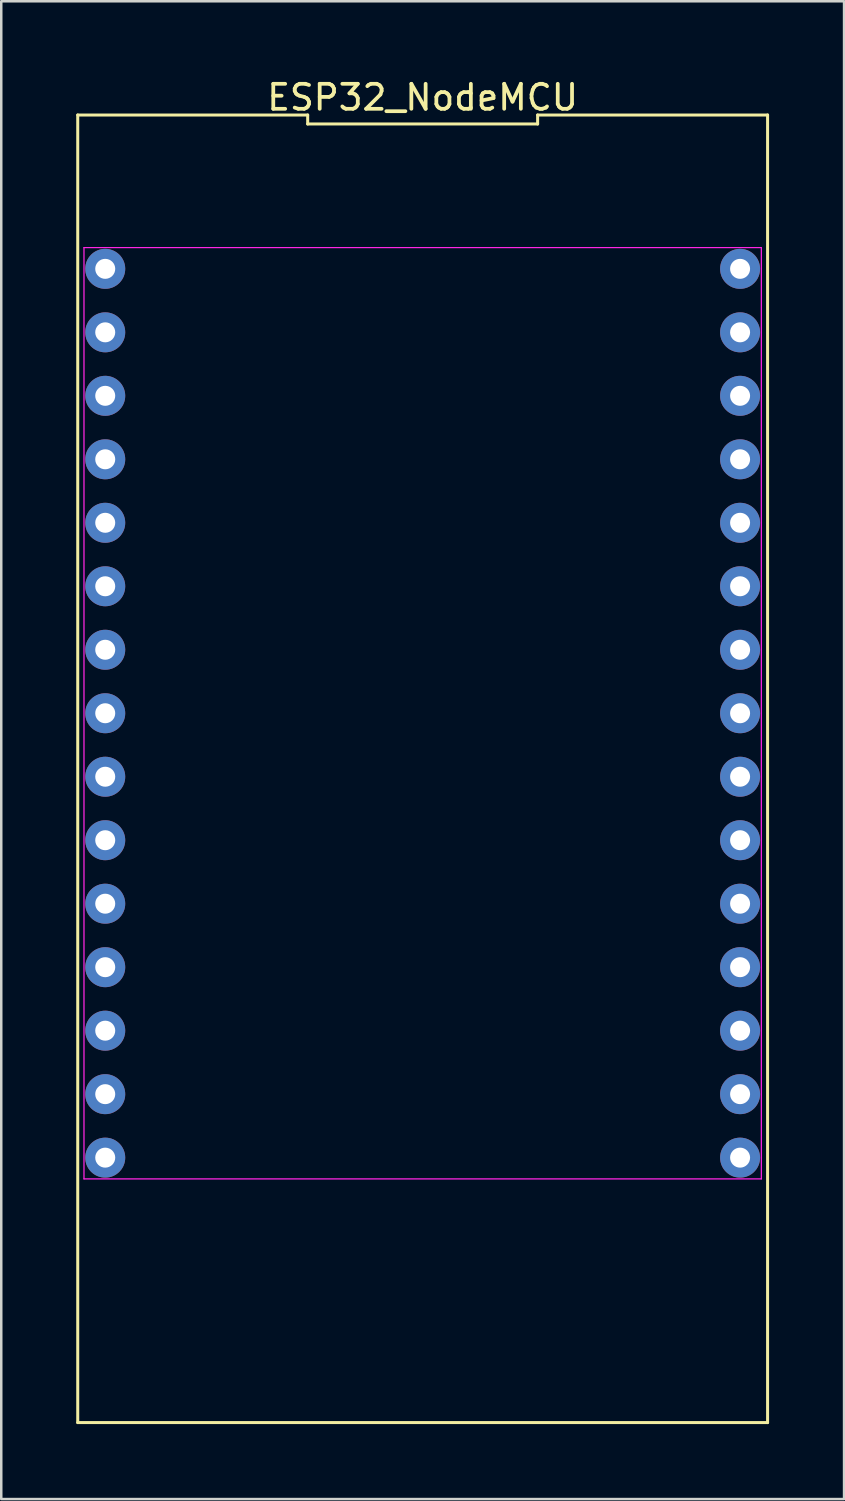
<source format=kicad_pcb>
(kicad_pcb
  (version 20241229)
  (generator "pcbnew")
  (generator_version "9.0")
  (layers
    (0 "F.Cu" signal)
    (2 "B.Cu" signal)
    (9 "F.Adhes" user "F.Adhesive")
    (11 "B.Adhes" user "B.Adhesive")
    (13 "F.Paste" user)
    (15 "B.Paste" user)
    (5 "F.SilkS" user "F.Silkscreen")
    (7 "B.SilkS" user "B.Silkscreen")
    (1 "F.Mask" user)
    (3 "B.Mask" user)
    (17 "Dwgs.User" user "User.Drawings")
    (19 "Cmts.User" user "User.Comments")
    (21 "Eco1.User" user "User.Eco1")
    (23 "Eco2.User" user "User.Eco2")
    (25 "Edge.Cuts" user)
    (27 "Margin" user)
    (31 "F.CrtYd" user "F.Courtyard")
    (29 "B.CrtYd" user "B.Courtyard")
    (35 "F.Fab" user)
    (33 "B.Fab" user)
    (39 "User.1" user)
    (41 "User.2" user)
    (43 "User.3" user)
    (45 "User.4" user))
  (footprint "ESP32_NodeMCU"
    (layer "F.Cu")
    (at 13.86 25.486)
    (property "Reference" "ESP32_NodeMCU" (at 0 -24.638 0) (layer "F.SilkS") (effects (font (size 1 1) (thickness 0.15))))
    (attr through_hole)
    (fp_line (start -13.8 28.38) (end 13.8 28.38) (stroke (width 0.12) (type solid)) (layer "F.SilkS"))
    (fp_line (start -13.8 -23.935) (end -13.8 28.38) (stroke (width 0.12) (type solid)) (layer "F.SilkS"))
    (fp_line (start -4.6 -23.935) (end -13.8 -23.935) (stroke (width 0.12) (type solid)) (layer "F.SilkS"))
    (fp_line (start -4.6 -23.575) (end -4.6 -23.935) (stroke (width 0.12) (type solid)) (layer "F.SilkS"))
    (fp_line (start 4.6 -23.935) (end 4.6 -23.575) (stroke (width 0.12) (type solid)) (layer "F.SilkS"))
    (fp_line (start 4.6 -23.575) (end -4.6 -23.575) (stroke (width 0.12) (type solid)) (layer "F.SilkS"))
    (fp_line (start 13.8 28.38) (end 13.8 -23.935) (stroke (width 0.12) (type solid)) (layer "F.SilkS"))
    (fp_line (start 13.8 -23.935) (end 4.6 -23.935) (stroke (width 0.12) (type solid)) (layer "F.SilkS"))
    (fp_line (start -13.55 -18.63) (end 13.55 -18.63) (stroke (width 0.05) (type solid)) (layer "F.CrtYd"))
    (fp_line (start -13.55 18.63) (end -13.55 -18.63) (stroke (width 0.05) (type solid)) (layer "F.CrtYd"))
    (fp_line (start 13.55 -18.63) (end 13.55 18.63) (stroke (width 0.05) (type solid)) (layer "F.CrtYd"))
    (fp_line (start 13.55 18.63) (end -13.55 18.63) (stroke (width 0.05) (type solid)) (layer "F.CrtYd"))
    (pad "1" thru_hole circle (at -12.7 -17.78 270) (size 1.6 1.6) (drill 0.8) (layers "*.Cu" "*.Mask"))
    (pad "2" thru_hole circle (at -12.7 -15.24 270) (size 1.6 1.6) (drill 0.8) (layers "*.Cu" "*.Mask"))
    (pad "3" thru_hole circle (at -12.7 -12.7 270) (size 1.6 1.6) (drill 0.8) (layers "*.Cu" "*.Mask"))
    (pad "4" thru_hole circle (at -12.7 -10.16 270) (size 1.6 1.6) (drill 0.8) (layers "*.Cu" "*.Mask"))
    (pad "5" thru_hole circle (at -12.7 -7.62 270) (size 1.6 1.6) (drill 0.8) (layers "*.Cu" "*.Mask"))
    (pad "6" thru_hole circle (at -12.7 -5.08 270) (size 1.6 1.6) (drill 0.8) (layers "*.Cu" "*.Mask"))
    (pad "7" thru_hole circle (at -12.7 -2.54 270) (size 1.6 1.6) (drill 0.8) (layers "*.Cu" "*.Mask"))
    (pad "8" thru_hole circle (at -12.7 0 270) (size 1.6 1.6) (drill 0.8) (layers "*.Cu" "*.Mask"))
    (pad "9" thru_hole circle (at -12.7 2.54 270) (size 1.6 1.6) (drill 0.8) (layers "*.Cu" "*.Mask"))
    (pad "10" thru_hole circle (at -12.7 5.08 270) (size 1.6 1.6) (drill 0.8) (layers "*.Cu" "*.Mask"))
    (pad "11" thru_hole circle (at -12.7 7.62 270) (size 1.6 1.6) (drill 0.8) (layers "*.Cu" "*.Mask"))
    (pad "12" thru_hole circle (at -12.7 10.16 270) (size 1.6 1.6) (drill 0.8) (layers "*.Cu" "*.Mask"))
    (pad "13" thru_hole circle (at -12.7 12.7 270) (size 1.6 1.6) (drill 0.8) (layers "*.Cu" "*.Mask"))
    (pad "14" thru_hole circle (at -12.7 15.24 270) (size 1.6 1.6) (drill 0.8) (layers "*.Cu" "*.Mask"))
    (pad "15" thru_hole circle (at -12.7 17.78 270) (size 1.6 1.6) (drill 0.8) (layers "*.Cu" "*.Mask"))
    (pad "16" thru_hole circle (at 12.7 17.78 270) (size 1.6 1.6) (drill 0.8) (layers "*.Cu" "*.Mask"))
    (pad "17" thru_hole circle (at 12.7 15.24 270) (size 1.6 1.6) (drill 0.8) (layers "*.Cu" "*.Mask"))
    (pad "18" thru_hole circle (at 12.7 12.7 270) (size 1.6 1.6) (drill 0.8) (layers "*.Cu" "*.Mask"))
    (pad "19" thru_hole circle (at 12.7 10.16 270) (size 1.6 1.6) (drill 0.8) (layers "*.Cu" "*.Mask"))
    (pad "20" thru_hole circle (at 12.7 7.62 270) (size 1.6 1.6) (drill 0.8) (layers "*.Cu" "*.Mask"))
    (pad "21" thru_hole circle (at 12.7 5.08 270) (size 1.6 1.6) (drill 0.8) (layers "*.Cu" "*.Mask"))
    (pad "22" thru_hole circle (at 12.7 2.54 270) (size 1.6 1.6) (drill 0.8) (layers "*.Cu" "*.Mask"))
    (pad "23" thru_hole circle (at 12.7 0 270) (size 1.6 1.6) (drill 0.8) (layers "*.Cu" "*.Mask"))
    (pad "24" thru_hole circle (at 12.7 -2.54 270) (size 1.6 1.6) (drill 0.8) (layers "*.Cu" "*.Mask"))
    (pad "25" thru_hole circle (at 12.7 -5.08 270) (size 1.6 1.6) (drill 0.8) (layers "*.Cu" "*.Mask"))
    (pad "26" thru_hole circle (at 12.7 -7.62 270) (size 1.6 1.6) (drill 0.8) (layers "*.Cu" "*.Mask"))
    (pad "27" thru_hole circle (at 12.7 -10.16 270) (size 1.6 1.6) (drill 0.8) (layers "*.Cu" "*.Mask"))
    (pad "28" thru_hole circle (at 12.7 -12.7 270) (size 1.6 1.6) (drill 0.8) (layers "*.Cu" "*.Mask"))
    (pad "29" thru_hole circle (at 12.7 -15.24 270) (size 1.6 1.6) (drill 0.8) (layers "*.Cu" "*.Mask"))
    (pad "30" thru_hole circle (at 12.7 -17.78 270) (size 1.6 1.6) (drill 0.8) (layers "*.Cu" "*.Mask")))
  (gr_rect
    (start -3 -3)
    (end 30.72 56.926)
    (stroke (width 0.1) (type default))
    (fill no)
    (layer "Edge.Cuts")))
</source>
